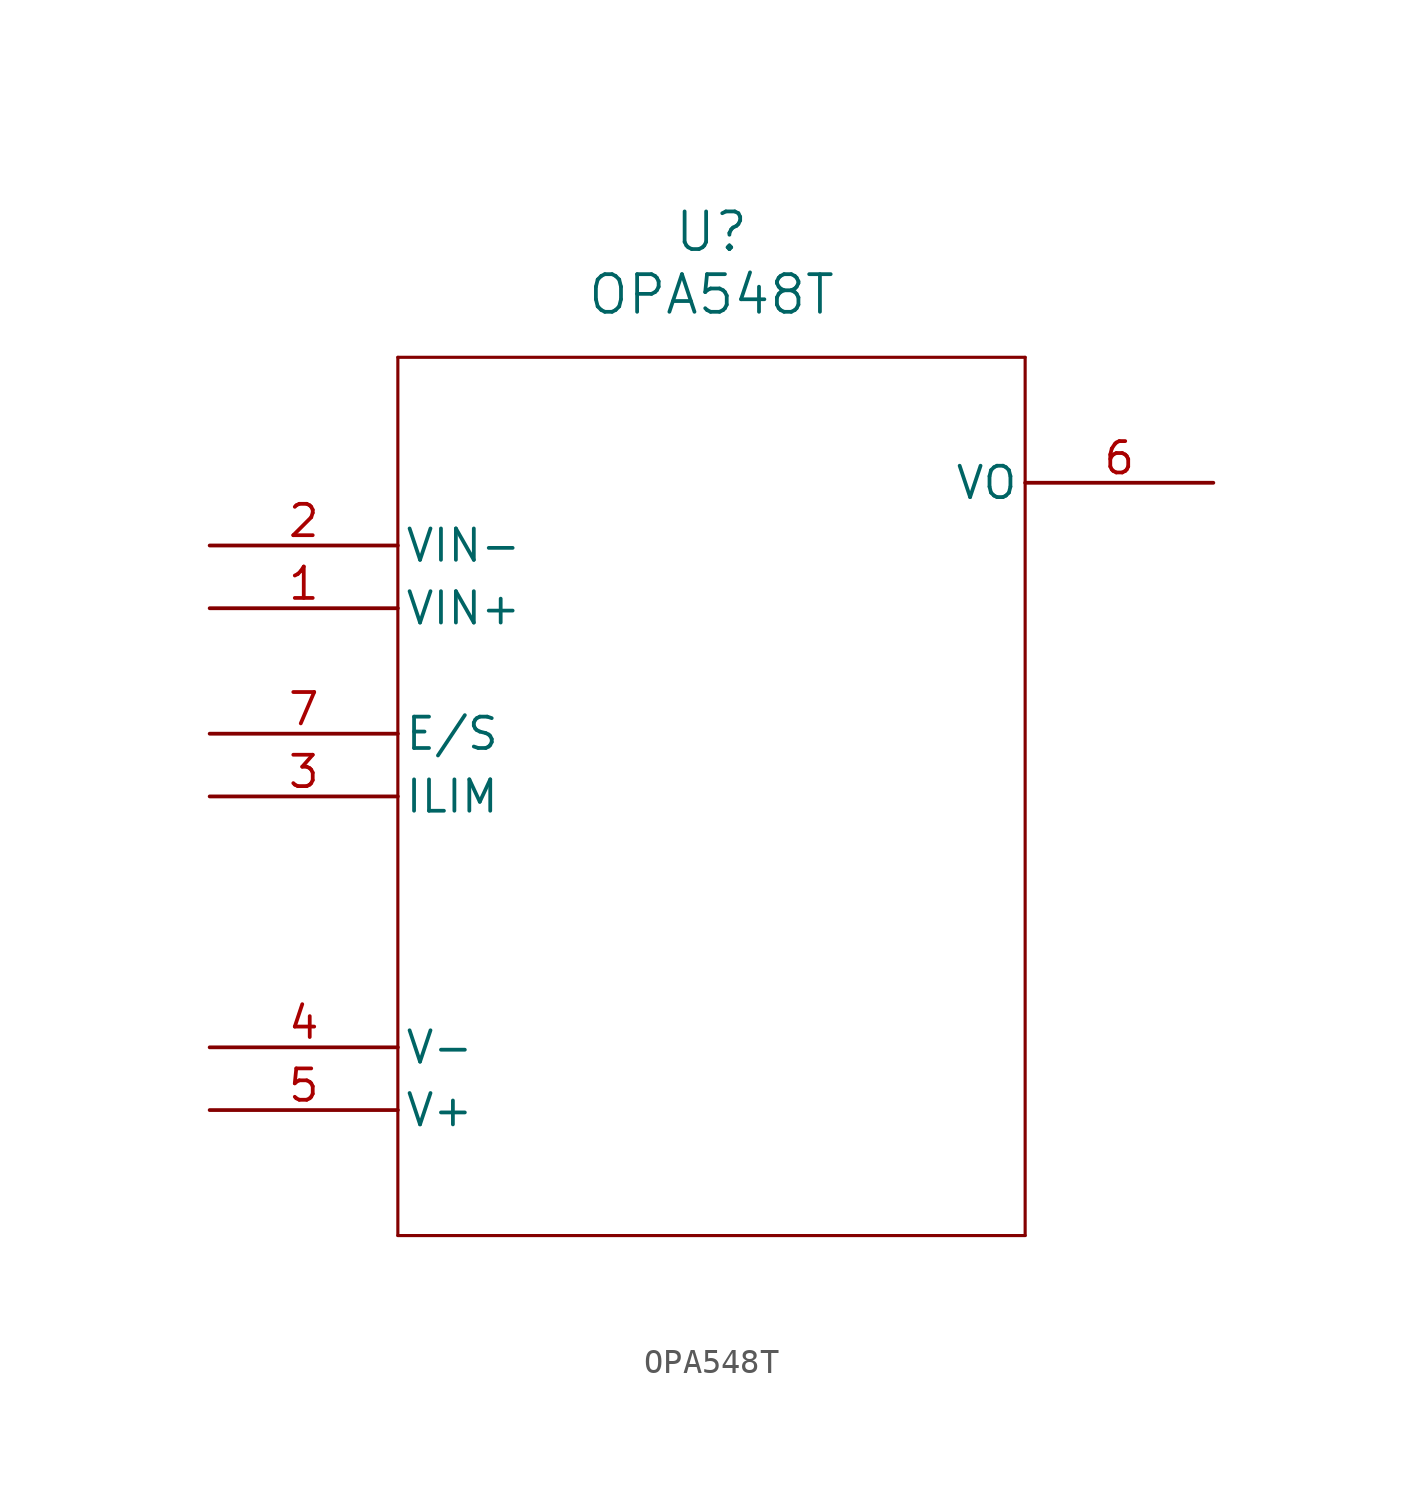
<source format=kicad_sym>
(kicad_symbol_lib
  (version 20211014)
  (generator kicad_symbol_editor)
  (symbol "OPA548T"
    (pin_names
      (offset 0.254))
    (property "Reference" "U"
      (at 20.32 12.7 0)
      (effects (font (size 1.524 1.524))))
    (property "Value" "OPA548T"
      (at 20.32 10.16 0)
      (effects (font (size 1.524 1.524))))
    (symbol "OPA548T_0_1"
      (polyline (pts (xy 7.62 7.62) (xy 7.62 -27.94)) (stroke (width 0.127) (type default) (color 0 0 0 0)) (fill (type none)))
      (polyline (pts (xy 7.62 -27.94) (xy 33.02 -27.94)) (stroke (width 0.127) (type default) (color 0 0 0 0)) (fill (type none)))
      (polyline (pts (xy 33.02 -27.94) (xy 33.02 7.62)) (stroke (width 0.127) (type default) (color 0 0 0 0)) (fill (type none)))
      (polyline (pts (xy 33.02 7.62) (xy 7.62 7.62)) (stroke (width 0.127) (type default) (color 0 0 0 0)) (fill (type none)))
      (pin input line (at 0 -2.54 0) (length 7.62) (name "VIN+" (effects (font (size 1.27 1.27)))) (number "1" (effects (font (size 1.27 1.27)))))
      (pin input line (at 0 0 0) (length 7.62) (name "VIN-" (effects (font (size 1.27 1.27)))) (number "2" (effects (font (size 1.27 1.27)))))
      (pin unspecified line (at 0 -10.16 0) (length 7.62) (name "ILIM" (effects (font (size 1.27 1.27)))) (number "3" (effects (font (size 1.27 1.27)))))
      (pin power_in line (at 0 -20.32 0) (length 7.62) (name "V-" (effects (font (size 1.27 1.27)))) (number "4" (effects (font (size 1.27 1.27)))))
      (pin power_in line (at 0 -22.86 0) (length 7.62) (name "V+" (effects (font (size 1.27 1.27)))) (number "5" (effects (font (size 1.27 1.27)))))
      (pin output line (at 40.64 2.54 180) (length 7.62) (name "VO" (effects (font (size 1.27 1.27)))) (number "6" (effects (font (size 1.27 1.27)))))
      (pin unspecified line (at 0 -7.62 0) (length 7.62) (name "E/S" (effects (font (size 1.27 1.27)))) (number "7" (effects (font (size 1.27 1.27))))))))
</source>
